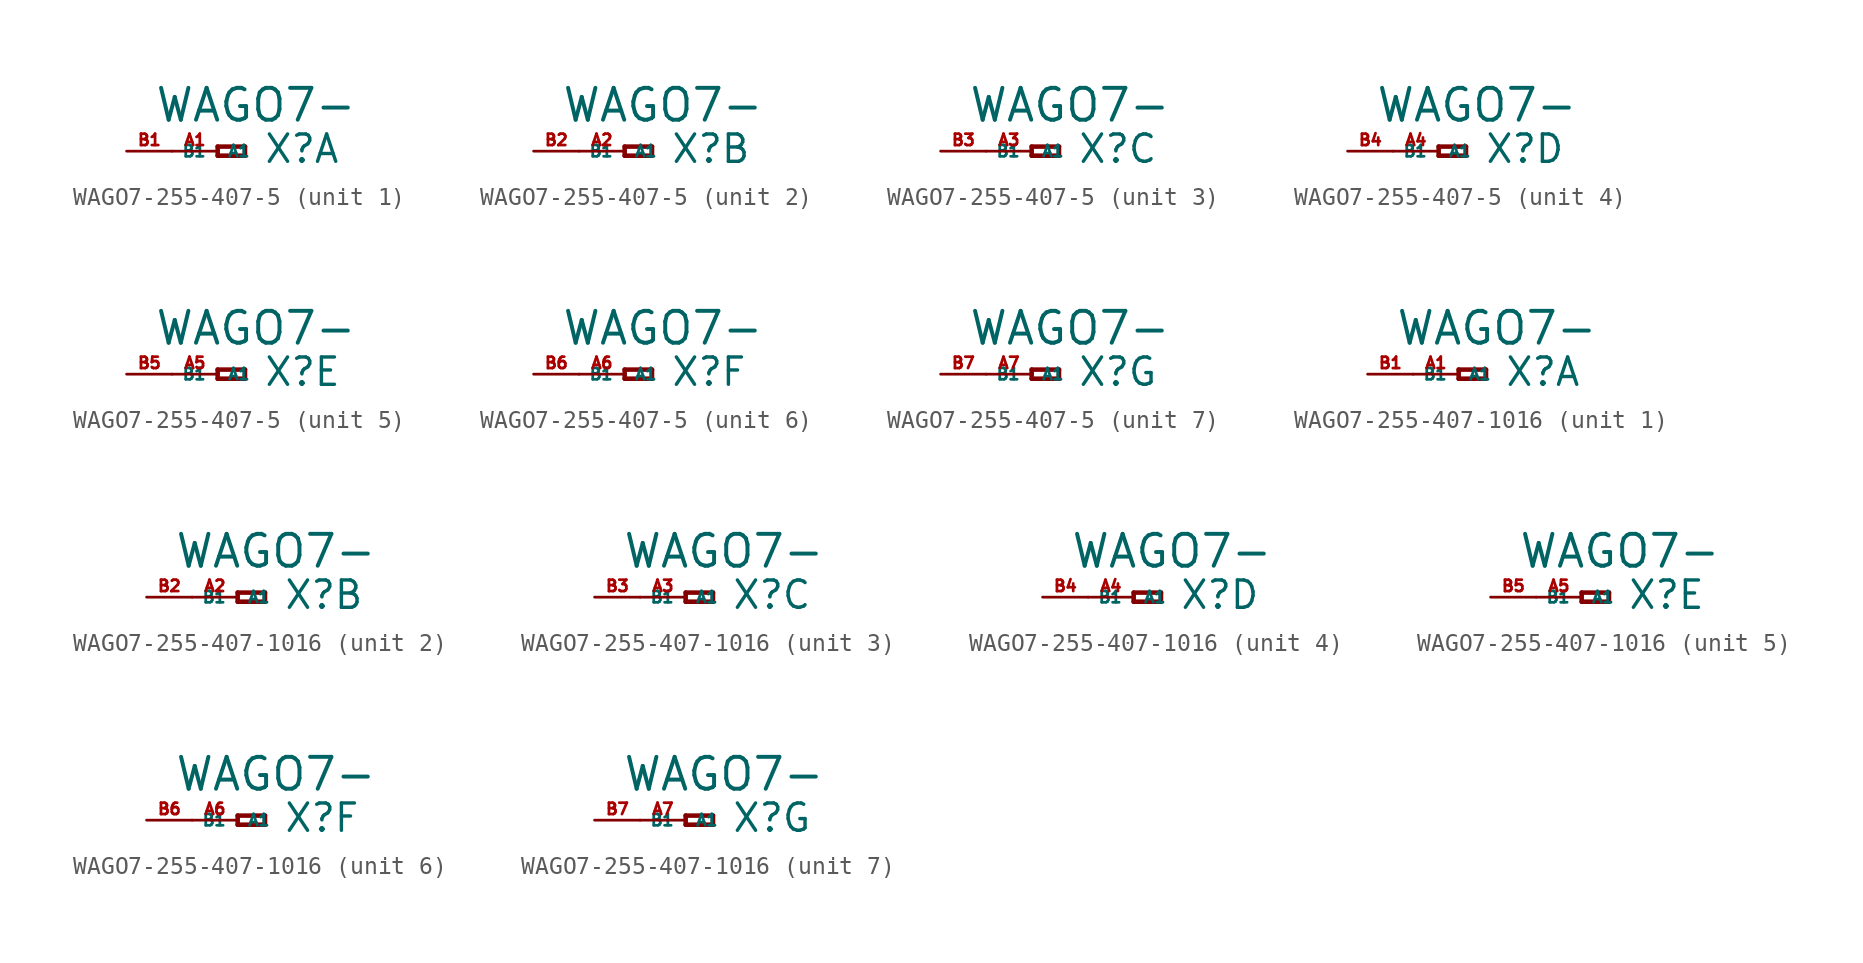
<source format=kicad_sym>
(kicad_symbol_lib
  (version 20220914)
  (generator Eagle2Kicad)
  (symbol "WAGO7-255-407-5"
    (property "Reference" "X"
      (at 2.54 -0.762 0)
      (effects (font (size 1.524 1.524) (thickness 0.19)) (justify left bottom)))
    (property "Value" "WAGO7-"
      (at -3.556 1.524 0)
      (effects (font (size 1.778 1.778) (thickness 0.22)) (justify left bottom)))
    (symbol "WAGO7-255-407-5_1_0"
      (polyline (pts (xy 0 0.254) (xy 0 -0.254)) (stroke (width 0.254) (type default)) (fill (type none)))
      (polyline (pts (xy 0 -0.254) (xy 1.524 -0.254)) (stroke (width 0.254) (type default)) (fill (type none)))
      (polyline (pts (xy 1.524 -0.254) (xy 1.524 0.254)) (stroke (width 0.254) (type default)) (fill (type none)))
      (polyline (pts (xy 1.524 0.254) (xy 0 0.254)) (stroke (width 0.254) (type default)) (fill (type none)))
      (pin passive line (at -2.54 0 0) (length 2.54) (name "A1" (effects (font (size 0.635 0.635) (thickness 0.08)) (justify left bottom))) (number "A1" (effects (font (size 0.635 0.635) (thickness 0.08)) (justify left bottom))))
      (pin passive line (at -5.08 0 0) (length 2.54) (name "B1" (effects (font (size 0.635 0.635) (thickness 0.08)) (justify left bottom))) (number "B1" (effects (font (size 0.635 0.635) (thickness 0.08)) (justify left bottom)))))
    (symbol "WAGO7-255-407-5_2_0"
      (polyline (pts (xy 0 0.254) (xy 0 -0.254)) (stroke (width 0.254) (type default)) (fill (type none)))
      (polyline (pts (xy 0 -0.254) (xy 1.524 -0.254)) (stroke (width 0.254) (type default)) (fill (type none)))
      (polyline (pts (xy 1.524 -0.254) (xy 1.524 0.254)) (stroke (width 0.254) (type default)) (fill (type none)))
      (polyline (pts (xy 1.524 0.254) (xy 0 0.254)) (stroke (width 0.254) (type default)) (fill (type none)))
      (pin passive line (at -2.54 0 0) (length 2.54) (name "A1" (effects (font (size 0.635 0.635) (thickness 0.08)) (justify left bottom))) (number "A2" (effects (font (size 0.635 0.635) (thickness 0.08)) (justify left bottom))))
      (pin passive line (at -5.08 0 0) (length 2.54) (name "B1" (effects (font (size 0.635 0.635) (thickness 0.08)) (justify left bottom))) (number "B2" (effects (font (size 0.635 0.635) (thickness 0.08)) (justify left bottom)))))
    (symbol "WAGO7-255-407-5_3_0"
      (polyline (pts (xy 0 0.254) (xy 0 -0.254)) (stroke (width 0.254) (type default)) (fill (type none)))
      (polyline (pts (xy 0 -0.254) (xy 1.524 -0.254)) (stroke (width 0.254) (type default)) (fill (type none)))
      (polyline (pts (xy 1.524 -0.254) (xy 1.524 0.254)) (stroke (width 0.254) (type default)) (fill (type none)))
      (polyline (pts (xy 1.524 0.254) (xy 0 0.254)) (stroke (width 0.254) (type default)) (fill (type none)))
      (pin passive line (at -2.54 0 0) (length 2.54) (name "A1" (effects (font (size 0.635 0.635) (thickness 0.08)) (justify left bottom))) (number "A3" (effects (font (size 0.635 0.635) (thickness 0.08)) (justify left bottom))))
      (pin passive line (at -5.08 0 0) (length 2.54) (name "B1" (effects (font (size 0.635 0.635) (thickness 0.08)) (justify left bottom))) (number "B3" (effects (font (size 0.635 0.635) (thickness 0.08)) (justify left bottom)))))
    (symbol "WAGO7-255-407-5_4_0"
      (polyline (pts (xy 0 0.254) (xy 0 -0.254)) (stroke (width 0.254) (type default)) (fill (type none)))
      (polyline (pts (xy 0 -0.254) (xy 1.524 -0.254)) (stroke (width 0.254) (type default)) (fill (type none)))
      (polyline (pts (xy 1.524 -0.254) (xy 1.524 0.254)) (stroke (width 0.254) (type default)) (fill (type none)))
      (polyline (pts (xy 1.524 0.254) (xy 0 0.254)) (stroke (width 0.254) (type default)) (fill (type none)))
      (pin passive line (at -2.54 0 0) (length 2.54) (name "A1" (effects (font (size 0.635 0.635) (thickness 0.08)) (justify left bottom))) (number "A4" (effects (font (size 0.635 0.635) (thickness 0.08)) (justify left bottom))))
      (pin passive line (at -5.08 0 0) (length 2.54) (name "B1" (effects (font (size 0.635 0.635) (thickness 0.08)) (justify left bottom))) (number "B4" (effects (font (size 0.635 0.635) (thickness 0.08)) (justify left bottom)))))
    (symbol "WAGO7-255-407-5_5_0"
      (polyline (pts (xy 0 0.254) (xy 0 -0.254)) (stroke (width 0.254) (type default)) (fill (type none)))
      (polyline (pts (xy 0 -0.254) (xy 1.524 -0.254)) (stroke (width 0.254) (type default)) (fill (type none)))
      (polyline (pts (xy 1.524 -0.254) (xy 1.524 0.254)) (stroke (width 0.254) (type default)) (fill (type none)))
      (polyline (pts (xy 1.524 0.254) (xy 0 0.254)) (stroke (width 0.254) (type default)) (fill (type none)))
      (pin passive line (at -2.54 0 0) (length 2.54) (name "A1" (effects (font (size 0.635 0.635) (thickness 0.08)) (justify left bottom))) (number "A5" (effects (font (size 0.635 0.635) (thickness 0.08)) (justify left bottom))))
      (pin passive line (at -5.08 0 0) (length 2.54) (name "B1" (effects (font (size 0.635 0.635) (thickness 0.08)) (justify left bottom))) (number "B5" (effects (font (size 0.635 0.635) (thickness 0.08)) (justify left bottom)))))
    (symbol "WAGO7-255-407-5_6_0"
      (polyline (pts (xy 0 0.254) (xy 0 -0.254)) (stroke (width 0.254) (type default)) (fill (type none)))
      (polyline (pts (xy 0 -0.254) (xy 1.524 -0.254)) (stroke (width 0.254) (type default)) (fill (type none)))
      (polyline (pts (xy 1.524 -0.254) (xy 1.524 0.254)) (stroke (width 0.254) (type default)) (fill (type none)))
      (polyline (pts (xy 1.524 0.254) (xy 0 0.254)) (stroke (width 0.254) (type default)) (fill (type none)))
      (pin passive line (at -2.54 0 0) (length 2.54) (name "A1" (effects (font (size 0.635 0.635) (thickness 0.08)) (justify left bottom))) (number "A6" (effects (font (size 0.635 0.635) (thickness 0.08)) (justify left bottom))))
      (pin passive line (at -5.08 0 0) (length 2.54) (name "B1" (effects (font (size 0.635 0.635) (thickness 0.08)) (justify left bottom))) (number "B6" (effects (font (size 0.635 0.635) (thickness 0.08)) (justify left bottom)))))
    (symbol "WAGO7-255-407-5_7_0"
      (polyline (pts (xy 0 0.254) (xy 0 -0.254)) (stroke (width 0.254) (type default)) (fill (type none)))
      (polyline (pts (xy 0 -0.254) (xy 1.524 -0.254)) (stroke (width 0.254) (type default)) (fill (type none)))
      (polyline (pts (xy 1.524 -0.254) (xy 1.524 0.254)) (stroke (width 0.254) (type default)) (fill (type none)))
      (polyline (pts (xy 1.524 0.254) (xy 0 0.254)) (stroke (width 0.254) (type default)) (fill (type none)))
      (pin passive line (at -2.54 0 0) (length 2.54) (name "A1" (effects (font (size 0.635 0.635) (thickness 0.08)) (justify left bottom))) (number "A7" (effects (font (size 0.635 0.635) (thickness 0.08)) (justify left bottom))))
      (pin passive line (at -5.08 0 0) (length 2.54) (name "B1" (effects (font (size 0.635 0.635) (thickness 0.08)) (justify left bottom))) (number "B7" (effects (font (size 0.635 0.635) (thickness 0.08)) (justify left bottom))))))
  (symbol "WAGO7-255-407-1016"
    (property "Reference" "X"
      (at 2.54 -0.762 0)
      (effects (font (size 1.524 1.524) (thickness 0.19)) (justify left bottom)))
    (property "Value" "WAGO7-"
      (at -3.556 1.524 0)
      (effects (font (size 1.778 1.778) (thickness 0.22)) (justify left bottom)))
    (symbol "WAGO7-255-407-1016_1_0"
      (polyline (pts (xy 0 0.254) (xy 0 -0.254)) (stroke (width 0.254) (type default)) (fill (type none)))
      (polyline (pts (xy 0 -0.254) (xy 1.524 -0.254)) (stroke (width 0.254) (type default)) (fill (type none)))
      (polyline (pts (xy 1.524 -0.254) (xy 1.524 0.254)) (stroke (width 0.254) (type default)) (fill (type none)))
      (polyline (pts (xy 1.524 0.254) (xy 0 0.254)) (stroke (width 0.254) (type default)) (fill (type none)))
      (pin passive line (at -2.54 0 0) (length 2.54) (name "A1" (effects (font (size 0.635 0.635) (thickness 0.08)) (justify left bottom))) (number "A1" (effects (font (size 0.635 0.635) (thickness 0.08)) (justify left bottom))))
      (pin passive line (at -5.08 0 0) (length 2.54) (name "B1" (effects (font (size 0.635 0.635) (thickness 0.08)) (justify left bottom))) (number "B1" (effects (font (size 0.635 0.635) (thickness 0.08)) (justify left bottom)))))
    (symbol "WAGO7-255-407-1016_2_0"
      (polyline (pts (xy 0 0.254) (xy 0 -0.254)) (stroke (width 0.254) (type default)) (fill (type none)))
      (polyline (pts (xy 0 -0.254) (xy 1.524 -0.254)) (stroke (width 0.254) (type default)) (fill (type none)))
      (polyline (pts (xy 1.524 -0.254) (xy 1.524 0.254)) (stroke (width 0.254) (type default)) (fill (type none)))
      (polyline (pts (xy 1.524 0.254) (xy 0 0.254)) (stroke (width 0.254) (type default)) (fill (type none)))
      (pin passive line (at -2.54 0 0) (length 2.54) (name "A1" (effects (font (size 0.635 0.635) (thickness 0.08)) (justify left bottom))) (number "A2" (effects (font (size 0.635 0.635) (thickness 0.08)) (justify left bottom))))
      (pin passive line (at -5.08 0 0) (length 2.54) (name "B1" (effects (font (size 0.635 0.635) (thickness 0.08)) (justify left bottom))) (number "B2" (effects (font (size 0.635 0.635) (thickness 0.08)) (justify left bottom)))))
    (symbol "WAGO7-255-407-1016_3_0"
      (polyline (pts (xy 0 0.254) (xy 0 -0.254)) (stroke (width 0.254) (type default)) (fill (type none)))
      (polyline (pts (xy 0 -0.254) (xy 1.524 -0.254)) (stroke (width 0.254) (type default)) (fill (type none)))
      (polyline (pts (xy 1.524 -0.254) (xy 1.524 0.254)) (stroke (width 0.254) (type default)) (fill (type none)))
      (polyline (pts (xy 1.524 0.254) (xy 0 0.254)) (stroke (width 0.254) (type default)) (fill (type none)))
      (pin passive line (at -2.54 0 0) (length 2.54) (name "A1" (effects (font (size 0.635 0.635) (thickness 0.08)) (justify left bottom))) (number "A3" (effects (font (size 0.635 0.635) (thickness 0.08)) (justify left bottom))))
      (pin passive line (at -5.08 0 0) (length 2.54) (name "B1" (effects (font (size 0.635 0.635) (thickness 0.08)) (justify left bottom))) (number "B3" (effects (font (size 0.635 0.635) (thickness 0.08)) (justify left bottom)))))
    (symbol "WAGO7-255-407-1016_4_0"
      (polyline (pts (xy 0 0.254) (xy 0 -0.254)) (stroke (width 0.254) (type default)) (fill (type none)))
      (polyline (pts (xy 0 -0.254) (xy 1.524 -0.254)) (stroke (width 0.254) (type default)) (fill (type none)))
      (polyline (pts (xy 1.524 -0.254) (xy 1.524 0.254)) (stroke (width 0.254) (type default)) (fill (type none)))
      (polyline (pts (xy 1.524 0.254) (xy 0 0.254)) (stroke (width 0.254) (type default)) (fill (type none)))
      (pin passive line (at -2.54 0 0) (length 2.54) (name "A1" (effects (font (size 0.635 0.635) (thickness 0.08)) (justify left bottom))) (number "A4" (effects (font (size 0.635 0.635) (thickness 0.08)) (justify left bottom))))
      (pin passive line (at -5.08 0 0) (length 2.54) (name "B1" (effects (font (size 0.635 0.635) (thickness 0.08)) (justify left bottom))) (number "B4" (effects (font (size 0.635 0.635) (thickness 0.08)) (justify left bottom)))))
    (symbol "WAGO7-255-407-1016_5_0"
      (polyline (pts (xy 0 0.254) (xy 0 -0.254)) (stroke (width 0.254) (type default)) (fill (type none)))
      (polyline (pts (xy 0 -0.254) (xy 1.524 -0.254)) (stroke (width 0.254) (type default)) (fill (type none)))
      (polyline (pts (xy 1.524 -0.254) (xy 1.524 0.254)) (stroke (width 0.254) (type default)) (fill (type none)))
      (polyline (pts (xy 1.524 0.254) (xy 0 0.254)) (stroke (width 0.254) (type default)) (fill (type none)))
      (pin passive line (at -2.54 0 0) (length 2.54) (name "A1" (effects (font (size 0.635 0.635) (thickness 0.08)) (justify left bottom))) (number "A5" (effects (font (size 0.635 0.635) (thickness 0.08)) (justify left bottom))))
      (pin passive line (at -5.08 0 0) (length 2.54) (name "B1" (effects (font (size 0.635 0.635) (thickness 0.08)) (justify left bottom))) (number "B5" (effects (font (size 0.635 0.635) (thickness 0.08)) (justify left bottom)))))
    (symbol "WAGO7-255-407-1016_6_0"
      (polyline (pts (xy 0 0.254) (xy 0 -0.254)) (stroke (width 0.254) (type default)) (fill (type none)))
      (polyline (pts (xy 0 -0.254) (xy 1.524 -0.254)) (stroke (width 0.254) (type default)) (fill (type none)))
      (polyline (pts (xy 1.524 -0.254) (xy 1.524 0.254)) (stroke (width 0.254) (type default)) (fill (type none)))
      (polyline (pts (xy 1.524 0.254) (xy 0 0.254)) (stroke (width 0.254) (type default)) (fill (type none)))
      (pin passive line (at -2.54 0 0) (length 2.54) (name "A1" (effects (font (size 0.635 0.635) (thickness 0.08)) (justify left bottom))) (number "A6" (effects (font (size 0.635 0.635) (thickness 0.08)) (justify left bottom))))
      (pin passive line (at -5.08 0 0) (length 2.54) (name "B1" (effects (font (size 0.635 0.635) (thickness 0.08)) (justify left bottom))) (number "B6" (effects (font (size 0.635 0.635) (thickness 0.08)) (justify left bottom)))))
    (symbol "WAGO7-255-407-1016_7_0"
      (polyline (pts (xy 0 0.254) (xy 0 -0.254)) (stroke (width 0.254) (type default)) (fill (type none)))
      (polyline (pts (xy 0 -0.254) (xy 1.524 -0.254)) (stroke (width 0.254) (type default)) (fill (type none)))
      (polyline (pts (xy 1.524 -0.254) (xy 1.524 0.254)) (stroke (width 0.254) (type default)) (fill (type none)))
      (polyline (pts (xy 1.524 0.254) (xy 0 0.254)) (stroke (width 0.254) (type default)) (fill (type none)))
      (pin passive line (at -2.54 0 0) (length 2.54) (name "A1" (effects (font (size 0.635 0.635) (thickness 0.08)) (justify left bottom))) (number "A7" (effects (font (size 0.635 0.635) (thickness 0.08)) (justify left bottom))))
      (pin passive line (at -5.08 0 0) (length 2.54) (name "B1" (effects (font (size 0.635 0.635) (thickness 0.08)) (justify left bottom))) (number "B7" (effects (font (size 0.635 0.635) (thickness 0.08)) (justify left bottom)))))))
</source>
